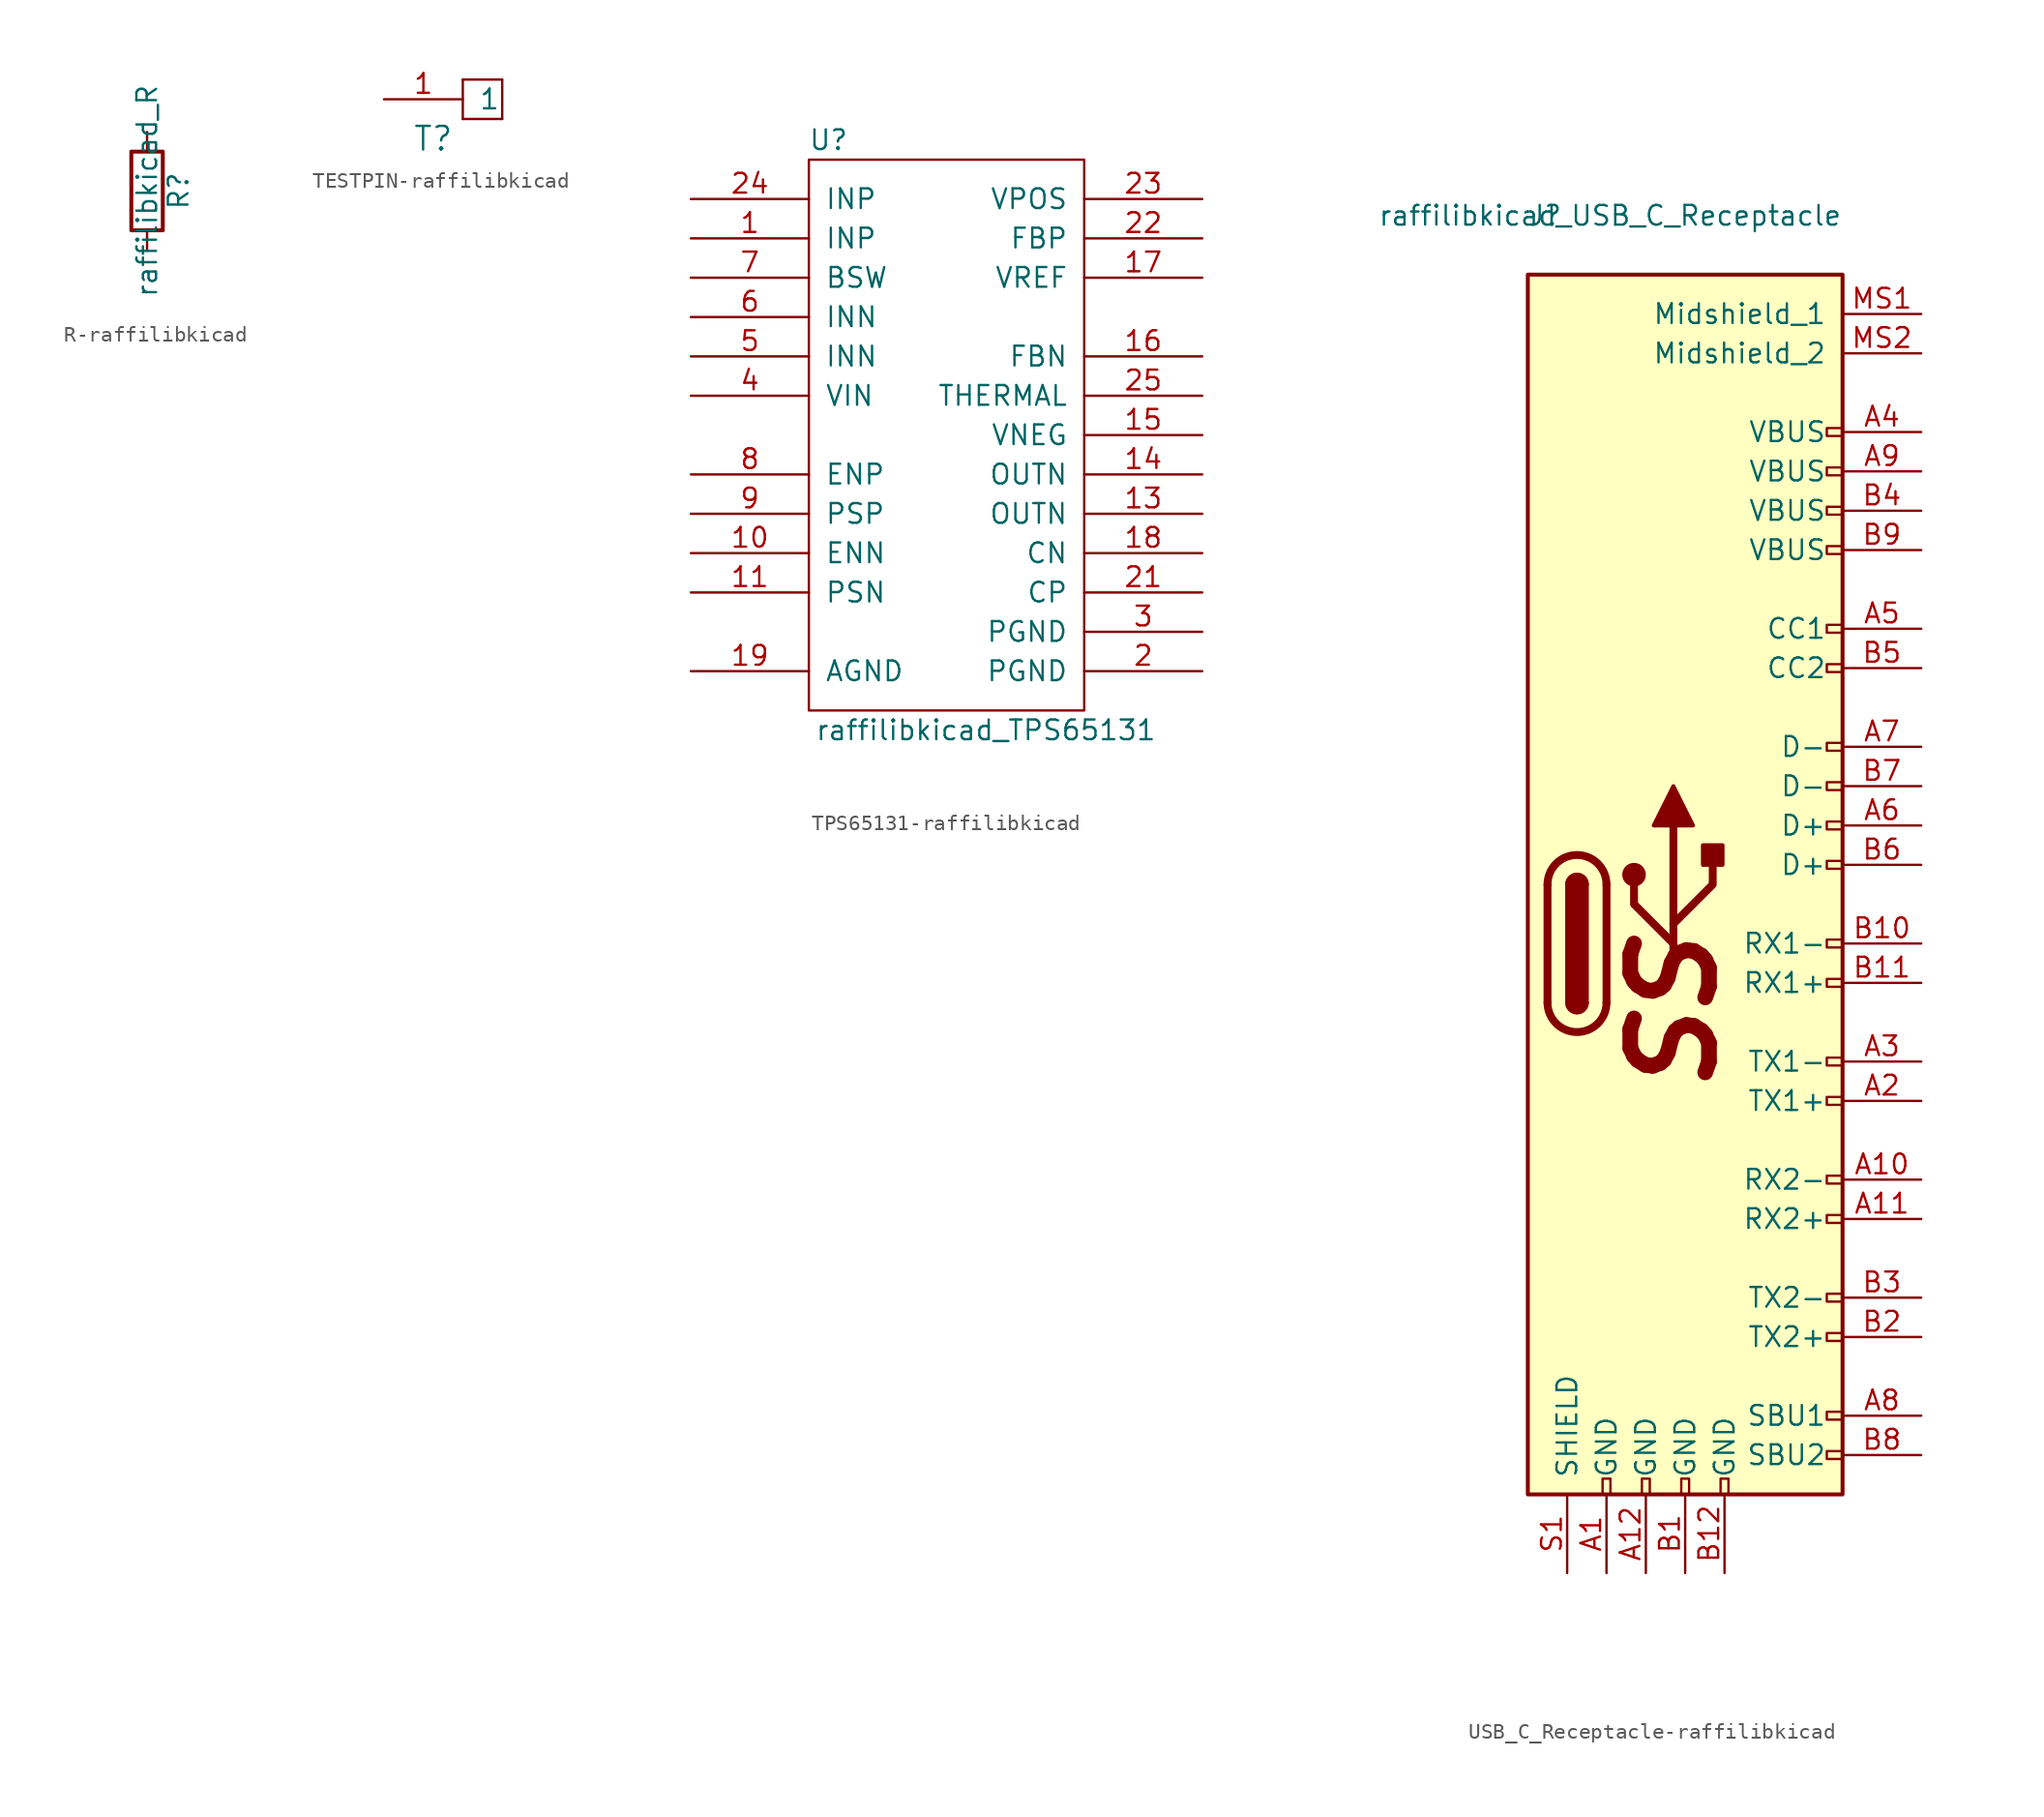
<source format=kicad_sym>
(kicad_symbol_lib
  (version 20231120)
  (generator "kicad_symbol_editor")
  (generator_version "8.0")
  (symbol "R-raffilibkicad"
    (pin_numbers hide)
    (pin_names
      (offset 0))
    (property "Reference" "R"
      (at 2.032 0 90)
      (effects (font (size 1.27 1.27))))
    (property "Value" "raffilibkicad_R"
      (at 0 0 90)
      (effects (font (size 1.27 1.27))))
    (property "Footprint" ""
      (at -1.778 0 90)
      (effects (font (size 1.27 1.27))))
    (property "Datasheet" ""
      (at 0 0 0)
      (effects (font (size 1.27 1.27))))
    (symbol "R-raffilibkicad_0_1"
      (rectangle (start -1.016 -2.54) (end 1.016 2.54) (stroke (width 0.254) (type solid)) (fill (type none))))
    (symbol "R-raffilibkicad_1_1"
      (pin passive line (at 0 3.81 270) (length 1.27) (name "~" (effects (font (size 1.27 1.27)))) (number "1" (effects (font (size 1.27 1.27)))))
      (pin passive line (at 0 -3.81 90) (length 1.27) (name "~" (effects (font (size 1.27 1.27)))) (number "2" (effects (font (size 1.27 1.27)))))))
  (symbol "TESTPIN-raffilibkicad"
    (pin_names
      (offset 1.016))
    (property "Reference" "T"
      (at 3.175 -2.54 0)
      (effects (font (size 1.524 1.524))))
    (symbol "TESTPIN-raffilibkicad_0_1"
      (rectangle (start 5.08 -1.27) (end 7.62 -1.27) (stroke (width 0) (type solid)) (fill (type none)))
      (rectangle (start 5.08 1.27) (end 5.08 -1.27) (stroke (width 0) (type solid)) (fill (type none)))
      (rectangle (start 7.62 -1.27) (end 7.62 1.27) (stroke (width 0) (type solid)) (fill (type none)))
      (rectangle (start 7.62 1.27) (end 5.08 1.27) (stroke (width 0) (type solid)) (fill (type none))))
    (symbol "TESTPIN-raffilibkicad_1_1"
      (pin input line (at 0 0 0) (length 5.08) (name "1" (effects (font (size 1.27 1.27)))) (number "1" (effects (font (size 1.27 1.27)))))))
  (symbol "TPS65131-raffilibkicad"
    (pin_names
      (offset 1.016))
    (property "Reference" "U"
      (at -7.62 19.05 0)
      (effects (font (size 1.27 1.27))))
    (property "Value" "raffilibkicad_TPS65131"
      (at 2.54 -19.05 0)
      (effects (font (size 1.27 1.27))))
    (symbol "TPS65131-raffilibkicad_0_1"
      (rectangle (start -8.89 17.78) (end 8.89 -17.78) (stroke (width 0) (type solid)) (fill (type none))))
    (symbol "TPS65131-raffilibkicad_1_1"
      (pin input line (at -16.51 12.7 0) (length 7.62) (name "INP" (effects (font (size 1.27 1.27)))) (number "1" (effects (font (size 1.27 1.27)))))
      (pin output line (at -16.51 -7.62 0) (length 7.62) (name "ENN" (effects (font (size 1.27 1.27)))) (number "10" (effects (font (size 1.27 1.27)))))
      (pin output line (at -16.51 -10.16 0) (length 7.62) (name "PSN" (effects (font (size 1.27 1.27)))) (number "11" (effects (font (size 1.27 1.27)))))
      (pin output line (at 16.51 -5.08 180) (length 7.62) (name "OUTN" (effects (font (size 1.27 1.27)))) (number "13" (effects (font (size 1.27 1.27)))))
      (pin output line (at 16.51 -2.54 180) (length 7.62) (name "OUTN" (effects (font (size 1.27 1.27)))) (number "14" (effects (font (size 1.27 1.27)))))
      (pin output line (at 16.51 0 180) (length 7.62) (name "VNEG" (effects (font (size 1.27 1.27)))) (number "15" (effects (font (size 1.27 1.27)))))
      (pin output line (at 16.51 5.08 180) (length 7.62) (name "FBN" (effects (font (size 1.27 1.27)))) (number "16" (effects (font (size 1.27 1.27)))))
      (pin output line (at 16.51 10.16 180) (length 7.62) (name "VREF" (effects (font (size 1.27 1.27)))) (number "17" (effects (font (size 1.27 1.27)))))
      (pin output line (at 16.51 -7.62 180) (length 7.62) (name "CN" (effects (font (size 1.27 1.27)))) (number "18" (effects (font (size 1.27 1.27)))))
      (pin output line (at -16.51 -15.24 0) (length 7.62) (name "AGND" (effects (font (size 1.27 1.27)))) (number "19" (effects (font (size 1.27 1.27)))))
      (pin output line (at 16.51 -15.24 180) (length 7.62) (name "PGND" (effects (font (size 1.27 1.27)))) (number "2" (effects (font (size 1.27 1.27)))))
      (pin output line (at 16.51 -10.16 180) (length 7.62) (name "CP" (effects (font (size 1.27 1.27)))) (number "21" (effects (font (size 1.27 1.27)))))
      (pin output line (at 16.51 12.7 180) (length 7.62) (name "FBP" (effects (font (size 1.27 1.27)))) (number "22" (effects (font (size 1.27 1.27)))))
      (pin output line (at 16.51 15.24 180) (length 7.62) (name "VPOS" (effects (font (size 1.27 1.27)))) (number "23" (effects (font (size 1.27 1.27)))))
      (pin input line (at -16.51 15.24 0) (length 7.62) (name "INP" (effects (font (size 1.27 1.27)))) (number "24" (effects (font (size 1.27 1.27)))))
      (pin output line (at 16.51 2.54 180) (length 7.62) (name "THERMAL" (effects (font (size 1.27 1.27)))) (number "25" (effects (font (size 1.27 1.27)))))
      (pin output line (at 16.51 -12.7 180) (length 7.62) (name "PGND" (effects (font (size 1.27 1.27)))) (number "3" (effects (font (size 1.27 1.27)))))
      (pin input line (at -16.51 2.54 0) (length 7.62) (name "VIN" (effects (font (size 1.27 1.27)))) (number "4" (effects (font (size 1.27 1.27)))))
      (pin input line (at -16.51 5.08 0) (length 7.62) (name "INN" (effects (font (size 1.27 1.27)))) (number "5" (effects (font (size 1.27 1.27)))))
      (pin input line (at -16.51 7.62 0) (length 7.62) (name "INN" (effects (font (size 1.27 1.27)))) (number "6" (effects (font (size 1.27 1.27)))))
      (pin output line (at -16.51 10.16 0) (length 7.62) (name "BSW" (effects (font (size 1.27 1.27)))) (number "7" (effects (font (size 1.27 1.27)))))
      (pin output line (at -16.51 -2.54 0) (length 7.62) (name "ENP" (effects (font (size 1.27 1.27)))) (number "8" (effects (font (size 1.27 1.27)))))
      (pin output line (at -16.51 -5.08 0) (length 7.62) (name "PSP" (effects (font (size 1.27 1.27)))) (number "9" (effects (font (size 1.27 1.27)))))))
  (symbol "USB_C_Receptacle-raffilibkicad"
    (pin_names
      (offset 1.016))
    (property "Reference" "J"
      (at -10.16 46.99 0)
      (effects (font (size 1.27 1.27)) (justify left)))
    (property "Value" "raffilibkicad_USB_C_Receptacle"
      (at 10.16 46.99 0)
      (effects (font (size 1.27 1.27)) (justify right)))
    (symbol "USB_C_Receptacle-raffilibkicad_0_0"
      (rectangle (start -5.334 -35.56) (end -4.826 -34.544) (stroke (width 0) (type solid)) (fill (type none)))
      (rectangle (start -2.794 -35.56) (end -2.286 -34.544) (stroke (width 0) (type solid)) (fill (type none)))
      (rectangle (start -0.254 -35.56) (end 0.254 -34.544) (stroke (width 0) (type solid)) (fill (type none)))
      (rectangle (start 2.286 -35.56) (end 2.794 -34.544) (stroke (width 0) (type solid)) (fill (type none)))
      (rectangle (start 10.16 -32.766) (end 9.144 -33.274) (stroke (width 0) (type solid)) (fill (type none)))
      (rectangle (start 10.16 -30.226) (end 9.144 -30.734) (stroke (width 0) (type solid)) (fill (type none)))
      (rectangle (start 10.16 -25.146) (end 9.144 -25.654) (stroke (width 0) (type solid)) (fill (type none)))
      (rectangle (start 10.16 -22.606) (end 9.144 -23.114) (stroke (width 0) (type solid)) (fill (type none)))
      (rectangle (start 10.16 -17.526) (end 9.144 -18.034) (stroke (width 0) (type solid)) (fill (type none)))
      (rectangle (start 10.16 -14.986) (end 9.144 -15.494) (stroke (width 0) (type solid)) (fill (type none)))
      (rectangle (start 10.16 -9.906) (end 9.144 -10.414) (stroke (width 0) (type solid)) (fill (type none)))
      (rectangle (start 10.16 -7.366) (end 9.144 -7.874) (stroke (width 0) (type solid)) (fill (type none)))
      (rectangle (start 10.16 -2.286) (end 9.144 -2.794) (stroke (width 0) (type solid)) (fill (type none)))
      (rectangle (start 10.16 0.254) (end 9.144 -0.254) (stroke (width 0) (type solid)) (fill (type none)))
      (rectangle (start 10.16 5.334) (end 9.144 4.826) (stroke (width 0) (type solid)) (fill (type none)))
      (rectangle (start 10.16 7.874) (end 9.144 7.366) (stroke (width 0) (type solid)) (fill (type none)))
      (rectangle (start 10.16 10.414) (end 9.144 9.906) (stroke (width 0) (type solid)) (fill (type none)))
      (rectangle (start 10.16 12.954) (end 9.144 12.446) (stroke (width 0) (type solid)) (fill (type none)))
      (rectangle (start 10.16 18.034) (end 9.144 17.526) (stroke (width 0) (type solid)) (fill (type none)))
      (rectangle (start 10.16 20.574) (end 9.144 20.066) (stroke (width 0) (type solid)) (fill (type none)))
      (rectangle (start 10.16 25.654) (end 9.144 25.146) (stroke (width 0) (type solid)) (fill (type none)))
      (rectangle (start 10.16 28.194) (end 9.144 27.686) (stroke (width 0) (type solid)) (fill (type none)))
      (rectangle (start 10.16 30.734) (end 9.144 30.226) (stroke (width 0) (type solid)) (fill (type none)))
      (rectangle (start 10.16 33.274) (end 9.144 32.766) (stroke (width 0) (type solid)) (fill (type none)))
      (text "SS" (at -0.762 -4.445 900) (effects (font (size 5.08 5.08) (bold yes) (italic yes)))))
    (symbol "USB_C_Receptacle-raffilibkicad_0_1"
      (rectangle (start -10.16 43.18) (end 10.16 -35.56) (stroke (width 0.254) (type solid)) (fill (type background)))
      (arc (start -8.89 -3.81) (mid -6.985 -5.715) (end -5.08 -3.81) (stroke (width 0.508) (type solid)) (fill (type none)))
      (arc (start -7.62 -3.81) (mid -6.985 -4.445) (end -6.35 -3.81) (stroke (width 0.254) (type solid)) (fill (type none)))
      (arc (start -7.62 -3.81) (mid -6.985 -4.445) (end -6.35 -3.81) (stroke (width 0.254) (type solid)) (fill (type outline)))
      (rectangle (start -7.62 -3.81) (end -6.35 3.81) (stroke (width 0.254) (type solid)) (fill (type outline)))
      (arc (start -6.35 3.81) (mid -6.985 4.445) (end -7.62 3.81) (stroke (width 0.254) (type solid)) (fill (type none)))
      (arc (start -6.35 3.81) (mid -6.985 4.445) (end -7.62 3.81) (stroke (width 0.254) (type solid)) (fill (type outline)))
      (arc (start -5.08 3.81) (mid -6.985 5.715) (end -8.89 3.81) (stroke (width 0.508) (type solid)) (fill (type none)))
      (circle (center -3.302 4.445) (radius 0.635) (stroke (width 0.254) (type solid)) (fill (type outline)))
      (polyline (pts (xy -8.89 -3.81) (xy -8.89 3.81)) (stroke (width 0.508) (type solid)) (fill (type none)))
      (polyline (pts (xy -5.08 3.81) (xy -5.08 -3.81)) (stroke (width 0.508) (type solid)) (fill (type none)))
      (polyline (pts (xy -0.762 -1.27) (xy -0.762 7.62)) (stroke (width 0.508) (type solid)) (fill (type none)))
      (polyline (pts (xy -0.762 0) (xy -3.302 2.54) (xy -3.302 3.81)) (stroke (width 0.508) (type solid)) (fill (type none)))
      (polyline (pts (xy -0.762 1.27) (xy 1.778 3.81) (xy 1.778 5.08)) (stroke (width 0.508) (type solid)) (fill (type none)))
      (polyline (pts (xy -2.032 7.62) (xy -0.762 10.16) (xy 0.508 7.62) (xy -2.032 7.62)) (stroke (width 0.254) (type solid)) (fill (type outline)))
      (rectangle (start 1.143 5.08) (end 2.413 6.35) (stroke (width 0.254) (type solid)) (fill (type outline))))
    (symbol "USB_C_Receptacle-raffilibkicad_1_1"
      (pin power_in line (at -5.08 -40.64 90) (length 5.08) (name "GND" (effects (font (size 1.27 1.27)))) (number "A1" (effects (font (size 1.27 1.27)))))
      (pin bidirectional line (at 15.24 -15.24 180) (length 5.08) (name "RX2-" (effects (font (size 1.27 1.27)))) (number "A10" (effects (font (size 1.27 1.27)))))
      (pin bidirectional line (at 15.24 -17.78 180) (length 5.08) (name "RX2+" (effects (font (size 1.27 1.27)))) (number "A11" (effects (font (size 1.27 1.27)))))
      (pin power_in line (at -2.54 -40.64 90) (length 5.08) (name "GND" (effects (font (size 1.27 1.27)))) (number "A12" (effects (font (size 1.27 1.27)))))
      (pin bidirectional line (at 15.24 -10.16 180) (length 5.08) (name "TX1+" (effects (font (size 1.27 1.27)))) (number "A2" (effects (font (size 1.27 1.27)))))
      (pin bidirectional line (at 15.24 -7.62 180) (length 5.08) (name "TX1-" (effects (font (size 1.27 1.27)))) (number "A3" (effects (font (size 1.27 1.27)))))
      (pin power_in line (at 15.24 33.02 180) (length 5.08) (name "VBUS" (effects (font (size 1.27 1.27)))) (number "A4" (effects (font (size 1.27 1.27)))))
      (pin bidirectional line (at 15.24 20.32 180) (length 5.08) (name "CC1" (effects (font (size 1.27 1.27)))) (number "A5" (effects (font (size 1.27 1.27)))))
      (pin bidirectional line (at 15.24 7.62 180) (length 5.08) (name "D+" (effects (font (size 1.27 1.27)))) (number "A6" (effects (font (size 1.27 1.27)))))
      (pin bidirectional line (at 15.24 12.7 180) (length 5.08) (name "D-" (effects (font (size 1.27 1.27)))) (number "A7" (effects (font (size 1.27 1.27)))))
      (pin bidirectional line (at 15.24 -30.48 180) (length 5.08) (name "SBU1" (effects (font (size 1.27 1.27)))) (number "A8" (effects (font (size 1.27 1.27)))))
      (pin power_in line (at 15.24 30.48 180) (length 5.08) (name "VBUS" (effects (font (size 1.27 1.27)))) (number "A9" (effects (font (size 1.27 1.27)))))
      (pin power_in line (at 0 -40.64 90) (length 5.08) (name "GND" (effects (font (size 1.27 1.27)))) (number "B1" (effects (font (size 1.27 1.27)))))
      (pin bidirectional line (at 15.24 0 180) (length 5.08) (name "RX1-" (effects (font (size 1.27 1.27)))) (number "B10" (effects (font (size 1.27 1.27)))))
      (pin bidirectional line (at 15.24 -2.54 180) (length 5.08) (name "RX1+" (effects (font (size 1.27 1.27)))) (number "B11" (effects (font (size 1.27 1.27)))))
      (pin power_in line (at 2.54 -40.64 90) (length 5.08) (name "GND" (effects (font (size 1.27 1.27)))) (number "B12" (effects (font (size 1.27 1.27)))))
      (pin bidirectional line (at 15.24 -25.4 180) (length 5.08) (name "TX2+" (effects (font (size 1.27 1.27)))) (number "B2" (effects (font (size 1.27 1.27)))))
      (pin bidirectional line (at 15.24 -22.86 180) (length 5.08) (name "TX2-" (effects (font (size 1.27 1.27)))) (number "B3" (effects (font (size 1.27 1.27)))))
      (pin power_in line (at 15.24 27.94 180) (length 5.08) (name "VBUS" (effects (font (size 1.27 1.27)))) (number "B4" (effects (font (size 1.27 1.27)))))
      (pin bidirectional line (at 15.24 17.78 180) (length 5.08) (name "CC2" (effects (font (size 1.27 1.27)))) (number "B5" (effects (font (size 1.27 1.27)))))
      (pin bidirectional line (at 15.24 5.08 180) (length 5.08) (name "D+" (effects (font (size 1.27 1.27)))) (number "B6" (effects (font (size 1.27 1.27)))))
      (pin bidirectional line (at 15.24 10.16 180) (length 5.08) (name "D-" (effects (font (size 1.27 1.27)))) (number "B7" (effects (font (size 1.27 1.27)))))
      (pin bidirectional line (at 15.24 -33.02 180) (length 5.08) (name "SBU2" (effects (font (size 1.27 1.27)))) (number "B8" (effects (font (size 1.27 1.27)))))
      (pin power_in line (at 15.24 25.4 180) (length 5.08) (name "VBUS" (effects (font (size 1.27 1.27)))) (number "B9" (effects (font (size 1.27 1.27)))))
      (pin input line (at 15.24 40.64 180) (length 5.08) (name "Midshield_1" (effects (font (size 1.27 1.27)))) (number "MS1" (effects (font (size 1.27 1.27)))))
      (pin input line (at 15.24 38.1 180) (length 5.08) (name "Midshield_2" (effects (font (size 1.27 1.27)))) (number "MS2" (effects (font (size 1.27 1.27)))))
      (pin passive line (at -7.62 -40.64 90) (length 5.08) (name "SHIELD" (effects (font (size 1.27 1.27)))) (number "S1" (effects (font (size 1.27 1.27))))))))
</source>
